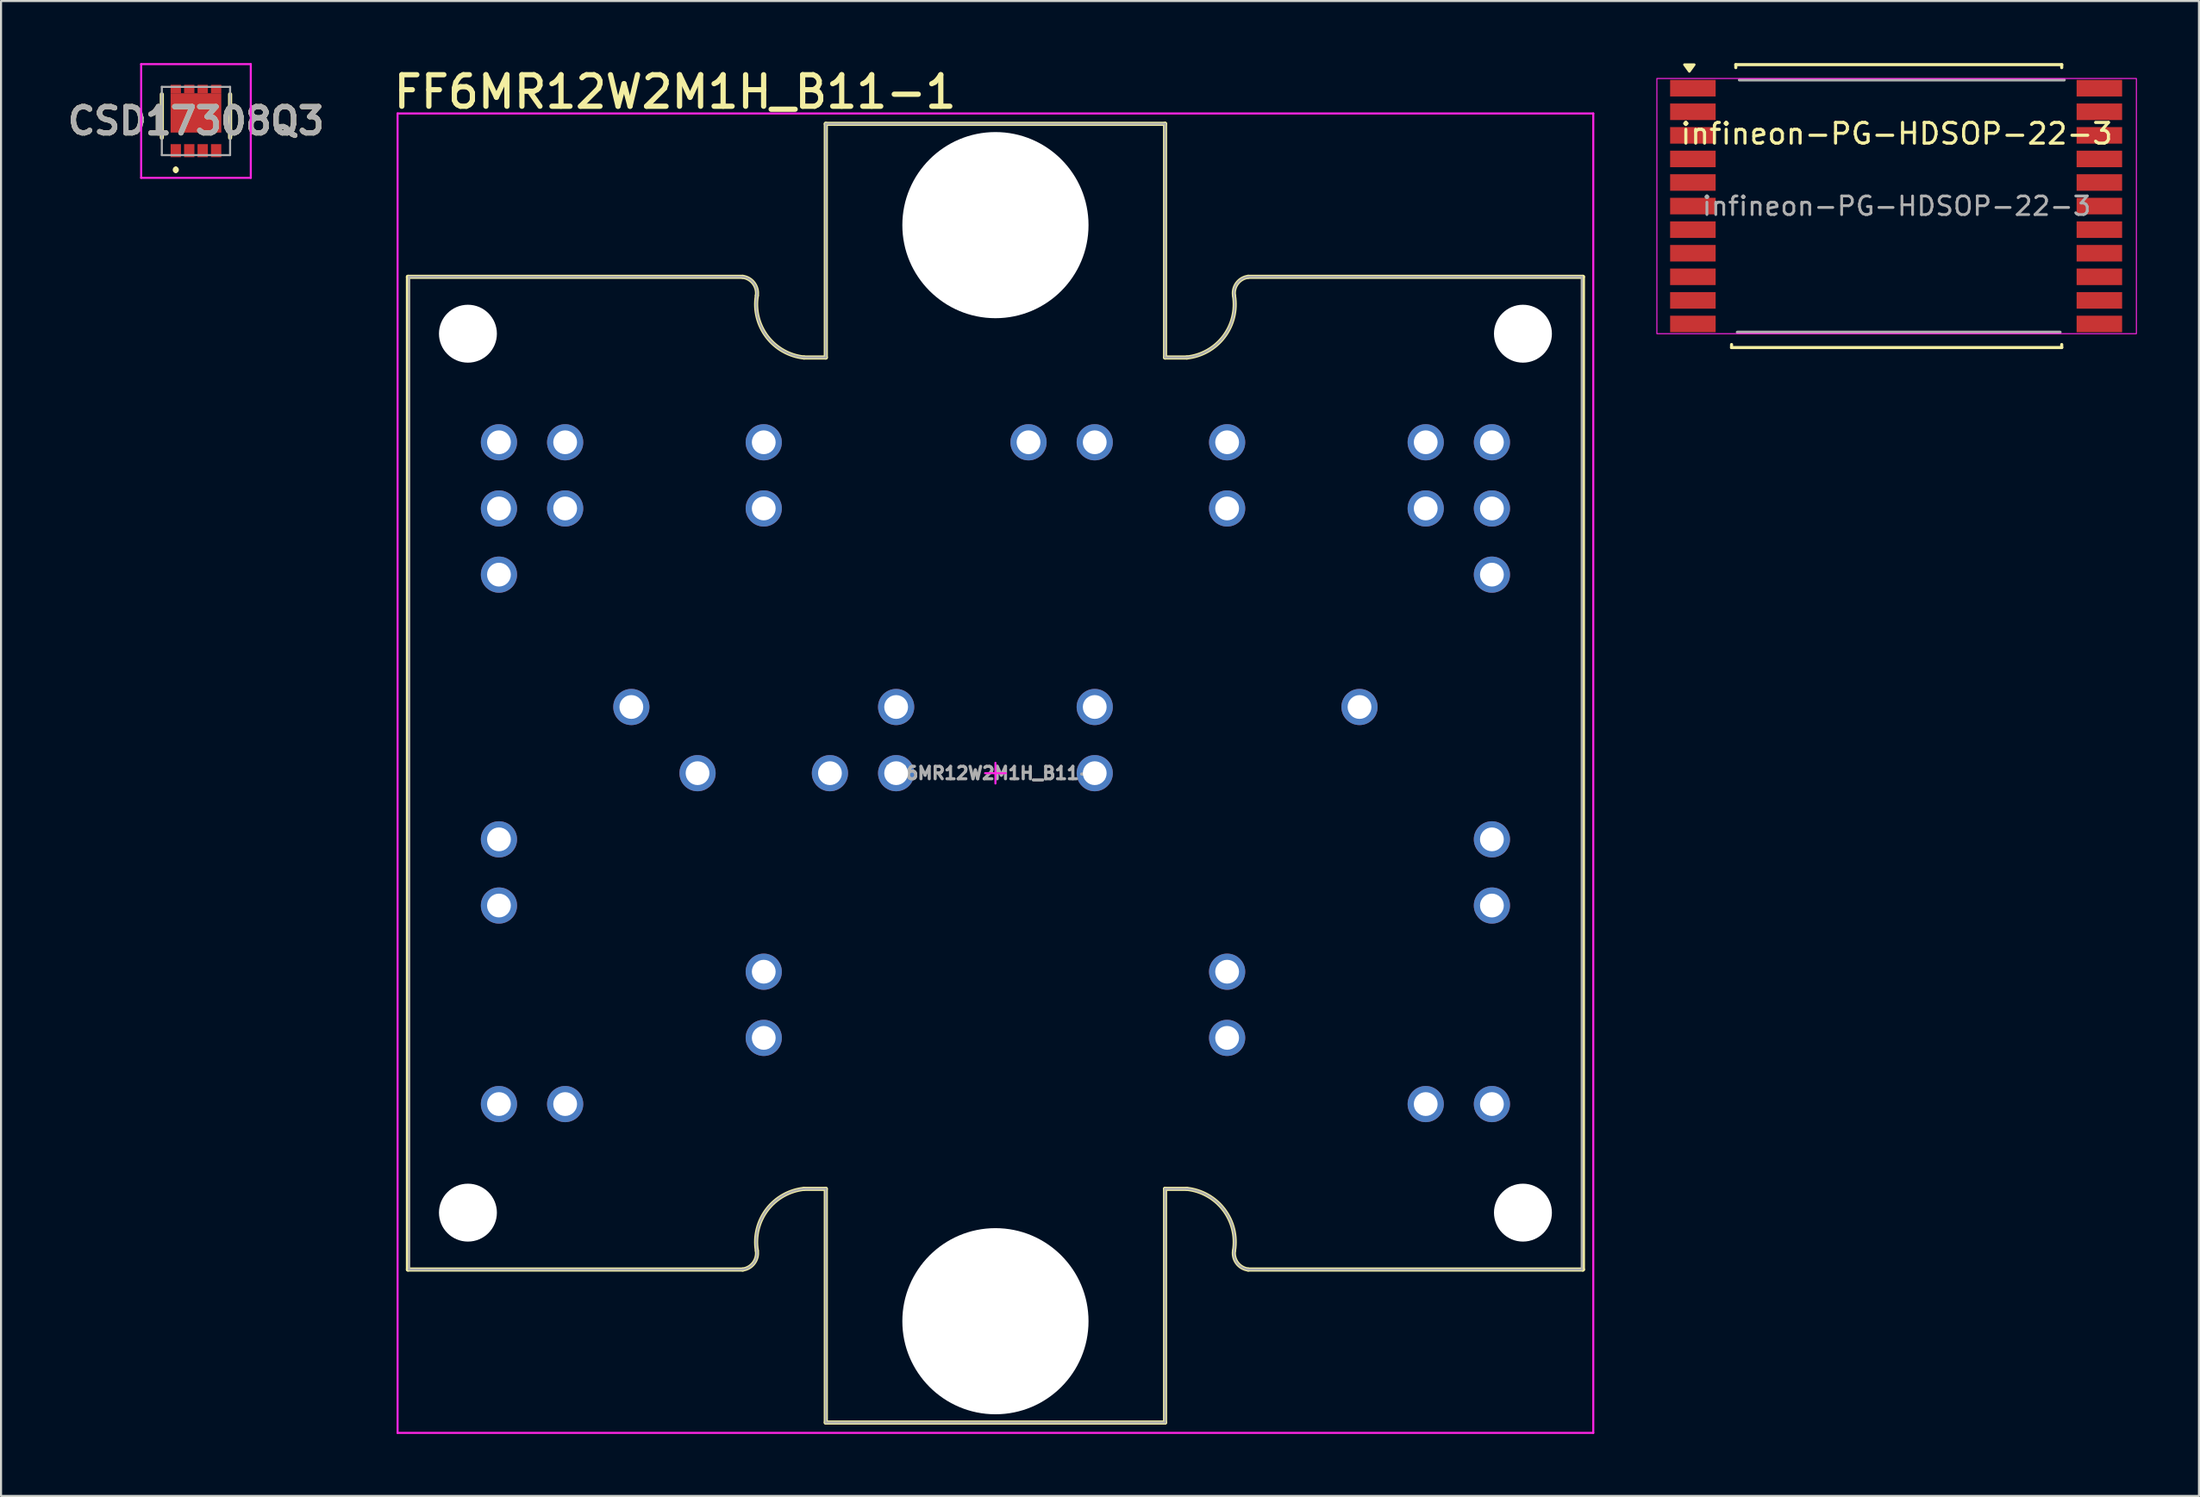
<source format=kicad_pcb>
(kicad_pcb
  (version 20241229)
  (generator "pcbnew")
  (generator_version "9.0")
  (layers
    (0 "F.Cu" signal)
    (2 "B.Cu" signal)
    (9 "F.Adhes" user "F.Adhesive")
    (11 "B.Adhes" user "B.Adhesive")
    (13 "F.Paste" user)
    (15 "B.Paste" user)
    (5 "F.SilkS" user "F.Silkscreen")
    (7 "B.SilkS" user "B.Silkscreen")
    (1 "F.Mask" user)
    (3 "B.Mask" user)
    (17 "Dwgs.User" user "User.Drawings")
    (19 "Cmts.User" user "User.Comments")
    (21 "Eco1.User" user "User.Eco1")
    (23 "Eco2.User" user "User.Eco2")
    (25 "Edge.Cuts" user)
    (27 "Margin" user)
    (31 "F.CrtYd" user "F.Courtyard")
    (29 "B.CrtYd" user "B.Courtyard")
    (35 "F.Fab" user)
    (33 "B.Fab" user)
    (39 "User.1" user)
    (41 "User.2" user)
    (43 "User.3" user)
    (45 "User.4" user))
  (footprint "CSD17308Q3"
    (layer "F.Cu")
    (at 6.423 2.8)
    (property "Reference" "CSD17308Q3" (at 0 0 0) (layer "F.SilkS") (effects (font (size 1.27 1.27) (thickness 0.254))))
    (attr smd)
    (fp_line (start -1.65 -1.29) (end -1.65 0.81) (stroke (width 0.2) (type solid)) (layer "F.SilkS"))
    (fp_line (start -0.975 2.31) (end -0.975 2.31) (stroke (width 0.2) (type solid)) (layer "F.SilkS"))
    (fp_line (start -0.975 2.31) (end -0.975 2.41) (stroke (width 0.2) (type solid)) (layer "F.SilkS"))
    (fp_line (start -0.975 2.41) (end -0.975 2.41) (stroke (width 0.2) (type solid)) (layer "F.SilkS"))
    (fp_line (start 1.65 0.81) (end 1.65 -1.29) (stroke (width 0.2) (type solid)) (layer "F.SilkS"))
    (fp_arc (start -0.975 2.31) (mid -0.925 2.36) (end -0.975 2.41) (stroke (width 0.2) (type solid)) (layer "F.SilkS"))
    (fp_arc (start -0.975 2.41) (mid -1.025 2.36) (end -0.975 2.31) (stroke (width 0.2) (type solid)) (layer "F.SilkS"))
    (fp_line (start -2.65 -2.75) (end 2.65 -2.75) (stroke (width 0.1) (type solid)) (layer "F.CrtYd"))
    (fp_line (start -2.65 2.75) (end -2.65 -2.75) (stroke (width 0.1) (type solid)) (layer "F.CrtYd"))
    (fp_line (start 2.65 -2.75) (end 2.65 2.75) (stroke (width 0.1) (type solid)) (layer "F.CrtYd"))
    (fp_line (start 2.65 2.75) (end -2.65 2.75) (stroke (width 0.1) (type solid)) (layer "F.CrtYd"))
    (fp_line (start -1.65 -1.65) (end -1.65 1.65) (stroke (width 0.1) (type solid)) (layer "F.Fab"))
    (fp_line (start -1.65 1.65) (end 1.65 1.65) (stroke (width 0.1) (type solid)) (layer "F.Fab"))
    (fp_line (start 1.65 -1.65) (end -1.65 -1.65) (stroke (width 0.1) (type solid)) (layer "F.Fab"))
    (fp_line (start 1.65 1.65) (end 1.65 -1.65) (stroke (width 0.1) (type solid)) (layer "F.Fab"))
    (fp_text user "${REFERENCE}" (at 0 0 0) (layer "F.Fab") (effects (font (size 1.27 1.27) (thickness 0.254))))
    (pad "1" smd rect (at -0.975 1.435) (size 0.5 0.63) (layers "F.Cu" "F.Mask" "F.Paste"))
    (pad "2" smd rect (at -0.325 1.435) (size 0.5 0.63) (layers "F.Cu" "F.Mask" "F.Paste"))
    (pad "3" smd rect (at 0.325 1.435) (size 0.5 0.63) (layers "F.Cu" "F.Mask" "F.Paste"))
    (pad "4" smd rect (at 0.975 1.435) (size 0.5 0.63) (layers "F.Cu" "F.Mask" "F.Paste"))
    (pad "5" smd rect (at 0.975 -1.545 90) (size 0.41 0.5) (layers "F.Cu" "F.Mask" "F.Paste"))
    (pad "6" smd rect (at 0.325 -1.545 90) (size 0.41 0.5) (layers "F.Cu" "F.Mask" "F.Paste"))
    (pad "7" smd rect (at -0.325 -1.545 90) (size 0.41 0.5) (layers "F.Cu" "F.Mask" "F.Paste"))
    (pad "8" smd rect (at -0.975 -1.545 90) (size 0.41 0.5) (layers "F.Cu" "F.Mask" "F.Paste"))
    (pad "9" smd rect (at 0 -0.39 90) (size 1.9 2.45) (layers "F.Cu" "F.Mask" "F.Paste")))
  (footprint "infineon-PG-HDSOP-22-3"
    (layer "F.Cu")
    (at 88.635 6.915)
    (property "Reference" "infineon-PG-HDSOP-22-3" (at 0 -3.5 0) (layer "F.SilkS") (effects (font (size 1 1) (thickness 0.15))))
    (attr smd)
    (fp_line (start -7.98 6.695) (end -7.98 6.84) (stroke (width 0.15) (type solid)) (layer "F.SilkS"))
    (fp_line (start -7.98 6.84) (end 7.98 6.84) (stroke (width 0.15) (type solid)) (layer "F.SilkS"))
    (fp_line (start -7.775 -6.84) (end 7.98 -6.84) (stroke (width 0.15) (type solid)) (layer "F.SilkS"))
    (fp_line (start -7.775 -6.695) (end -7.775 -6.84) (stroke (width 0.15) (type solid)) (layer "F.SilkS"))
    (fp_line (start 7.98 -6.84) (end 7.98 -6.695) (stroke (width 0.15) (type solid)) (layer "F.SilkS"))
    (fp_line (start 7.98 6.695) (end 7.98 6.84) (stroke (width 0.15) (type solid)) (layer "F.SilkS"))
    (fp_poly (pts (xy -10.02 -6.51) (xy -10.26 -6.84) (xy -9.78 -6.84) (xy -10.02 -6.51)) (stroke (width 0.12) (type solid)) (fill yes) (layer "F.SilkS"))
    (fp_rect (start -11.59 -6.17) (end 11.59 6.17) (stroke (width 0.05) (type default)) (fill no) (layer "F.CrtYd"))
    (fp_line (start -7.6 -6.1) (end 8.1 -6.1) (stroke (width 0.15) (type solid)) (layer "F.Fab"))
    (fp_line (start 7.9 6.1) (end -7.7 6.1) (stroke (width 0.15) (type solid)) (layer "F.Fab"))
    (fp_text user "${REFERENCE}" (at 0 0 0) (layer "F.Fab") (effects (font (size 0.9 0.9) (thickness 0.135))))
    (pad "1" smd rect (at -9.85 -5.7) (size 2.2 0.8) (layers "F.Cu" "F.Mask" "F.Paste"))
    (pad "2" smd rect (at -9.85 -4.56) (size 2.2 0.8) (layers "F.Cu" "F.Mask" "F.Paste"))
    (pad "3" smd rect (at -9.85 -3.42) (size 2.2 0.8) (layers "F.Cu" "F.Mask" "F.Paste"))
    (pad "4" smd rect (at -9.85 -2.28) (size 2.2 0.8) (layers "F.Cu" "F.Mask" "F.Paste"))
    (pad "5" smd rect (at -9.85 -1.14) (size 2.2 0.8) (layers "F.Cu" "F.Mask" "F.Paste"))
    (pad "6" smd rect (at -9.85 0) (size 2.2 0.8) (layers "F.Cu" "F.Mask" "F.Paste"))
    (pad "7" smd rect (at -9.85 1.14) (size 2.2 0.8) (layers "F.Cu" "F.Mask" "F.Paste"))
    (pad "8" smd rect (at -9.85 2.28) (size 2.2 0.8) (layers "F.Cu" "F.Mask" "F.Paste"))
    (pad "9" smd rect (at -9.85 3.42) (size 2.2 0.8) (layers "F.Cu" "F.Mask" "F.Paste"))
    (pad "10" smd rect (at -9.85 4.56) (size 2.2 0.8) (layers "F.Cu" "F.Mask" "F.Paste"))
    (pad "11" smd rect (at -9.85 5.7) (size 2.2 0.8) (layers "F.Cu" "F.Mask" "F.Paste"))
    (pad "12" smd rect (at 9.8 5.7) (size 2.2 0.8) (layers "F.Cu" "F.Mask" "F.Paste"))
    (pad "13" smd rect (at 9.8 4.56) (size 2.2 0.8) (layers "F.Cu" "F.Mask" "F.Paste"))
    (pad "14" smd rect (at 9.8 3.42) (size 2.2 0.8) (layers "F.Cu" "F.Mask" "F.Paste"))
    (pad "15" smd rect (at 9.8 2.28) (size 2.2 0.8) (layers "F.Cu" "F.Mask" "F.Paste"))
    (pad "16" smd rect (at 9.8 1.14) (size 2.2 0.8) (layers "F.Cu" "F.Mask" "F.Paste"))
    (pad "17" smd rect (at 9.8 0) (size 2.2 0.8) (layers "F.Cu" "F.Mask" "F.Paste"))
    (pad "18" smd rect (at 9.8 -1.14) (size 2.2 0.8) (layers "F.Cu" "F.Mask" "F.Paste"))
    (pad "19" smd rect (at 9.8 -2.28) (size 2.2 0.8) (layers "F.Cu" "F.Mask" "F.Paste"))
    (pad "20" smd rect (at 9.8 -3.42) (size 2.2 0.8) (layers "F.Cu" "F.Mask" "F.Paste"))
    (pad "21" smd rect (at 9.8 -4.56) (size 2.2 0.8) (layers "F.Cu" "F.Mask" "F.Paste"))
    (pad "22" smd rect (at 9.8 -5.7) (size 2.2 0.8) (layers "F.Cu" "F.Mask" "F.Paste")))
  (footprint "FF6MR12W2M1H_B11-1"
    (layer "F.Cu")
    (at 45.07 34.336)
    (property "Reference" "FF6MR12W2M1H_B11-1" (at -29.225 -32.05 0) (unlocked yes) (layer "F.SilkS") (effects (font (size 1.524 1.524) (thickness 0.254)) (justify left bottom)))
    (fp_line (start -28.4 -24) (end -12.216 -24) (stroke (width 0.2) (type solid)) (layer "F.SilkS"))
    (fp_line (start -28.4 24) (end -28.4 -24) (stroke (width 0.2) (type solid)) (layer "F.SilkS"))
    (fp_line (start -28.4 24) (end -12.217 24) (stroke (width 0.2) (type solid)) (layer "F.SilkS"))
    (fp_line (start -9.254 -20.1) (end -8.2 -20.1) (stroke (width 0.2) (type solid)) (layer "F.SilkS"))
    (fp_line (start -9.254 20.1) (end -8.2 20.1) (stroke (width 0.2) (type solid)) (layer "F.SilkS"))
    (fp_line (start -8.2 31.4) (end -8.2 20.1) (stroke (width 0.2) (type solid)) (layer "F.SilkS"))
    (fp_line (start -8.2 -31.4) (end 8.2 -31.4) (stroke (width 0.2) (type solid)) (layer "F.SilkS"))
    (fp_line (start -8.2 -20.1) (end -8.2 -31.4) (stroke (width 0.2) (type solid)) (layer "F.SilkS"))
    (fp_line (start -8.2 31.4) (end 8.2 31.4) (stroke (width 0.2) (type solid)) (layer "F.SilkS"))
    (fp_line (start 8.2 -20.1) (end 8.2 -31.4) (stroke (width 0.2) (type solid)) (layer "F.SilkS"))
    (fp_line (start 8.2 -20.1) (end 9.254 -20.1) (stroke (width 0.2) (type solid)) (layer "F.SilkS"))
    (fp_line (start 8.2 20.1) (end 9.254 20.1) (stroke (width 0.2) (type solid)) (layer "F.SilkS"))
    (fp_line (start 8.2 31.4) (end 8.2 20.1) (stroke (width 0.2) (type solid)) (layer "F.SilkS"))
    (fp_line (start 12.216 -24) (end 28.4 -24) (stroke (width 0.2) (type solid)) (layer "F.SilkS"))
    (fp_line (start 12.217 24) (end 28.4 24) (stroke (width 0.2) (type solid)) (layer "F.SilkS"))
    (fp_line (start 28.4 24) (end 28.4 -24) (stroke (width 0.2) (type solid)) (layer "F.SilkS"))
    (fp_arc (start -12.216141 -24.000118) (mid -11.687834 -23.691808) (end -11.532272 -23.100231) (stroke (width 0.2) (type solid)) (layer "F.SilkS"))
    (fp_arc (start -11.533777 23.085961) (mid -11.037681 21.101506) (end -9.2541 20.100003) (stroke (width 0.2) (type solid)) (layer "F.SilkS"))
    (fp_arc (start -11.532272 23.100231) (mid -11.687834 23.691808) (end -12.216141 24.000118) (stroke (width 0.2) (type solid)) (layer "F.SilkS"))
    (fp_arc (start -9.2541 -20.100003) (mid -11.037682 -21.101506) (end -11.533777 -23.085961) (stroke (width 0.2) (type solid)) (layer "F.SilkS"))
    (fp_arc (start 9.2541 20.100003) (mid 11.037682 21.101506) (end 11.533777 23.085961) (stroke (width 0.2) (type solid)) (layer "F.SilkS"))
    (fp_arc (start 11.532272 -23.100231) (mid 11.687834 -23.691808) (end 12.216141 -24.000118) (stroke (width 0.2) (type solid)) (layer "F.SilkS"))
    (fp_arc (start 11.533777 -23.085961) (mid 11.037681 -21.101506) (end 9.2541 -20.100003) (stroke (width 0.2) (type solid)) (layer "F.SilkS"))
    (fp_arc (start 12.216141 24.000118) (mid 11.687834 23.691808) (end 11.532272 23.100231) (stroke (width 0.2) (type solid)) (layer "F.SilkS"))
    (fp_line (start -28.9 -31.9) (end 28.9 -31.9) (stroke (width 0.1) (type solid)) (layer "F.CrtYd"))
    (fp_line (start -28.9 31.9) (end -28.9 -31.9) (stroke (width 0.1) (type solid)) (layer "F.CrtYd"))
    (fp_line (start -28.9 31.9) (end 28.9 31.9) (stroke (width 0.1) (type solid)) (layer "F.CrtYd"))
    (fp_line (start -0.5 0) (end 0.5 0) (stroke (width 0.1) (type solid)) (layer "F.CrtYd"))
    (fp_line (start 0 0.5) (end 0 -0.5) (stroke (width 0.1) (type solid)) (layer "F.CrtYd"))
    (fp_line (start 28.9 31.9) (end 28.9 -31.9) (stroke (width 0.1) (type solid)) (layer "F.CrtYd"))
    (fp_line (start -28.35 -24) (end -12.216 -24) (stroke (width 0.1) (type solid)) (layer "F.Fab"))
    (fp_line (start -28.35 24) (end -28.35 -24) (stroke (width 0.1) (type solid)) (layer "F.Fab"))
    (fp_line (start -28.35 24) (end -12.217 24) (stroke (width 0.1) (type solid)) (layer "F.Fab"))
    (fp_line (start -9.254 20.1) (end -8.2 20.1) (stroke (width 0.1) (type solid)) (layer "F.Fab"))
    (fp_line (start -9.253 -20.1) (end -8.2 -20.1) (stroke (width 0.1) (type solid)) (layer "F.Fab"))
    (fp_line (start -8.2 31.4) (end -8.2 20.1) (stroke (width 0.1) (type solid)) (layer "F.Fab"))
    (fp_line (start -8.2 -31.4) (end 8.2 -31.4) (stroke (width 0.1) (type solid)) (layer "F.Fab"))
    (fp_line (start -8.2 -20.1) (end -8.2 -31.4) (stroke (width 0.1) (type solid)) (layer "F.Fab"))
    (fp_line (start -8.2 31.4) (end 8.2 31.4) (stroke (width 0.1) (type solid)) (layer "F.Fab"))
    (fp_line (start 8.2 -20.1) (end 8.2 -31.4) (stroke (width 0.1) (type solid)) (layer "F.Fab"))
    (fp_line (start 8.2 -20.1) (end 9.254 -20.1) (stroke (width 0.1) (type solid)) (layer "F.Fab"))
    (fp_line (start 8.2 20.1) (end 9.254 20.1) (stroke (width 0.1) (type solid)) (layer "F.Fab"))
    (fp_line (start 8.2 31.4) (end 8.2 20.1) (stroke (width 0.1) (type solid)) (layer "F.Fab"))
    (fp_line (start 12.216 -24) (end 28.35 -24) (stroke (width 0.1) (type solid)) (layer "F.Fab"))
    (fp_line (start 12.217 24) (end 28.35 24) (stroke (width 0.1) (type solid)) (layer "F.Fab"))
    (fp_line (start 28.35 24) (end 28.35 -24) (stroke (width 0.1) (type solid)) (layer "F.Fab"))
    (fp_arc (start -12.216141 -24.000118) (mid -11.687834 -23.691808) (end -11.532272 -23.100231) (stroke (width 0.1) (type solid)) (layer "F.Fab"))
    (fp_arc (start -11.533777 23.085961) (mid -11.037682 21.101506) (end -9.2541 20.100003) (stroke (width 0.1) (type solid)) (layer "F.Fab"))
    (fp_arc (start -11.532272 23.100231) (mid -11.687834 23.691808) (end -12.216141 24.000118) (stroke (width 0.1) (type solid)) (layer "F.Fab"))
    (fp_arc (start -9.2541 -20.100003) (mid -11.037681 -21.101506) (end -11.533777 -23.085961) (stroke (width 0.1) (type solid)) (layer "F.Fab"))
    (fp_arc (start 9.2541 20.100003) (mid 11.037681 21.101506) (end 11.533777 23.085961) (stroke (width 0.1) (type solid)) (layer "F.Fab"))
    (fp_arc (start 11.532272 -23.100231) (mid 11.687834 -23.691808) (end 12.216141 -24.000118) (stroke (width 0.1) (type solid)) (layer "F.Fab"))
    (fp_arc (start 11.533777 -23.085961) (mid 11.037682 -21.101506) (end 9.2541 -20.100003) (stroke (width 0.1) (type solid)) (layer "F.Fab"))
    (fp_arc (start 12.216141 24.000118) (mid 11.687834 23.691808) (end 11.532272 23.100231) (stroke (width 0.1) (type solid)) (layer "F.Fab"))
    (fp_text user "${REFERENCE}" (at 0 0 0) (unlocked yes) (layer "F.Fab") (effects (font (size 0.6 0.6) (thickness 0.15))))
    (pad "" np_thru_hole circle (at -25.5 -21.25 90) (size 2.8 2.8) (drill 2.8) (layers "*.Cu" "*.Mask"))
    (pad "" np_thru_hole circle (at -25.5 21.25 90) (size 2.8 2.8) (drill 2.8) (layers "*.Cu" "*.Mask"))
    (pad "" np_thru_hole circle (at 0 -26.5 90) (size 9 9) (drill 9) (layers "*.Cu" "*.Mask"))
    (pad "" np_thru_hole circle (at 0 26.5 90) (size 9 9) (drill 9) (layers "*.Cu" "*.Mask"))
    (pad "" np_thru_hole circle (at 25.5 -21.25 90) (size 2.8 2.8) (drill 2.8) (layers "*.Cu" "*.Mask"))
    (pad "" np_thru_hole circle (at 25.5 21.25 180) (size 2.8 2.8) (drill 2.8) (layers "*.Cu" "*.Mask"))
    (pad "G1_1" thru_hole circle (at -20.8 16) (size 1.75 1.75) (drill 1.15) (layers "*.Cu" "*.Mask"))
    (pad "G1_2" thru_hole circle (at 20.8 16) (size 1.75 1.75) (drill 1.15) (layers "*.Cu" "*.Mask"))
    (pad "G2_1" thru_hole circle (at -11.2 -16) (size 1.75 1.75) (drill 1.15) (layers "*.Cu" "*.Mask"))
    (pad "G2_2" thru_hole circle (at 11.2 -16) (size 1.75 1.75) (drill 1.15) (layers "*.Cu" "*.Mask"))
    (pad "HS1_1" thru_hole circle (at -24 16) (size 1.75 1.75) (drill 1.15) (layers "*.Cu" "*.Mask"))
    (pad "HS1_2" thru_hole circle (at 24 16) (size 1.75 1.75) (drill 1.15) (layers "*.Cu" "*.Mask"))
    (pad "HS2_1" thru_hole circle (at -11.2 -12.8) (size 1.75 1.75) (drill 1.15) (layers "*.Cu" "*.Mask"))
    (pad "HS2_2" thru_hole circle (at 11.2 -12.8) (size 1.75 1.75) (drill 1.15) (layers "*.Cu" "*.Mask"))
    (pad "N1_1" thru_hole circle (at -17.6 -3.2) (size 1.75 1.75) (drill 1.15) (layers "*.Cu" "*.Mask"))
    (pad "N1_2" thru_hole circle (at -4.8 -3.2) (size 1.75 1.75) (drill 1.15) (layers "*.Cu" "*.Mask"))
    (pad "N1_3" thru_hole circle (at 4.8 -3.2) (size 1.75 1.75) (drill 1.15) (layers "*.Cu" "*.Mask"))
    (pad "N1_4" thru_hole circle (at 17.6 -3.2) (size 1.75 1.75) (drill 1.15) (layers "*.Cu" "*.Mask"))
    (pad "N1_5" thru_hole circle (at -14.4 0) (size 1.75 1.75) (drill 1.15) (layers "*.Cu" "*.Mask"))
    (pad "N1_6" thru_hole circle (at -8 0) (size 1.75 1.75) (drill 1.15) (layers "*.Cu" "*.Mask"))
    (pad "N1_7" thru_hole circle (at -4.8 0) (size 1.75 1.75) (drill 1.15) (layers "*.Cu" "*.Mask"))
    (pad "N1_8" thru_hole circle (at 4.8 0) (size 1.75 1.75) (drill 1.15) (layers "*.Cu" "*.Mask"))
    (pad "P1_1" thru_hole circle (at -24 3.2) (size 1.75 1.75) (drill 1.15) (layers "*.Cu" "*.Mask"))
    (pad "P1_2" thru_hole circle (at 24 3.2) (size 1.75 1.75) (drill 1.15) (layers "*.Cu" "*.Mask"))
    (pad "P1_3" thru_hole circle (at -24 6.4) (size 1.75 1.75) (drill 1.15) (layers "*.Cu" "*.Mask"))
    (pad "P1_4" thru_hole circle (at 24 6.4) (size 1.75 1.75) (drill 1.15) (layers "*.Cu" "*.Mask"))
    (pad "P1_5" thru_hole circle (at -11.2 9.6) (size 1.75 1.75) (drill 1.15) (layers "*.Cu" "*.Mask"))
    (pad "P1_6" thru_hole circle (at 11.2 9.6) (size 1.75 1.75) (drill 1.15) (layers "*.Cu" "*.Mask"))
    (pad "P1_7" thru_hole circle (at -11.2 12.8) (size 1.75 1.75) (drill 1.15) (layers "*.Cu" "*.Mask"))
    (pad "P1_8" thru_hole circle (at 11.2 12.8) (size 1.75 1.75) (drill 1.15) (layers "*.Cu" "*.Mask"))
    (pad "X1_1" thru_hole circle (at -24 -16) (size 1.75 1.75) (drill 1.15) (layers "*.Cu" "*.Mask"))
    (pad "X1_2" thru_hole circle (at -20.8 -16) (size 1.75 1.75) (drill 1.15) (layers "*.Cu" "*.Mask"))
    (pad "X1_3" thru_hole circle (at 20.8 -16) (size 1.75 1.75) (drill 1.15) (layers "*.Cu" "*.Mask"))
    (pad "X1_4" thru_hole circle (at 24 -16) (size 1.75 1.75) (drill 1.15) (layers "*.Cu" "*.Mask"))
    (pad "X1_5" thru_hole circle (at -24 -12.8) (size 1.75 1.75) (drill 1.15) (layers "*.Cu" "*.Mask"))
    (pad "X1_6" thru_hole circle (at -20.8 -12.8) (size 1.75 1.75) (drill 1.15) (layers "*.Cu" "*.Mask"))
    (pad "X1_7" thru_hole circle (at 20.8 -12.8) (size 1.75 1.75) (drill 1.15) (layers "*.Cu" "*.Mask"))
    (pad "X1_8" thru_hole circle (at 24 -12.8) (size 1.75 1.75) (drill 1.15) (layers "*.Cu" "*.Mask"))
    (pad "X1_9" thru_hole circle (at -24 -9.6) (size 1.75 1.75) (drill 1.15) (layers "*.Cu" "*.Mask"))
    (pad "X1_10" thru_hole circle (at 24 -9.6) (size 1.75 1.75) (drill 1.15) (layers "*.Cu" "*.Mask"))
    (pad "X2" thru_hole circle (at 4.8 -16) (size 1.75 1.75) (drill 1.15) (layers "*.Cu" "*.Mask"))
    (pad "X3" thru_hole circle (at 1.6 -16) (size 1.75 1.75) (drill 1.15) (layers "*.Cu" "*.Mask")))
  (gr_rect
    (start -3 -3)
    (end 103.25 69.286)
    (stroke (width 0.1) (type default))
    (fill no)
    (layer "Edge.Cuts")))
</source>
